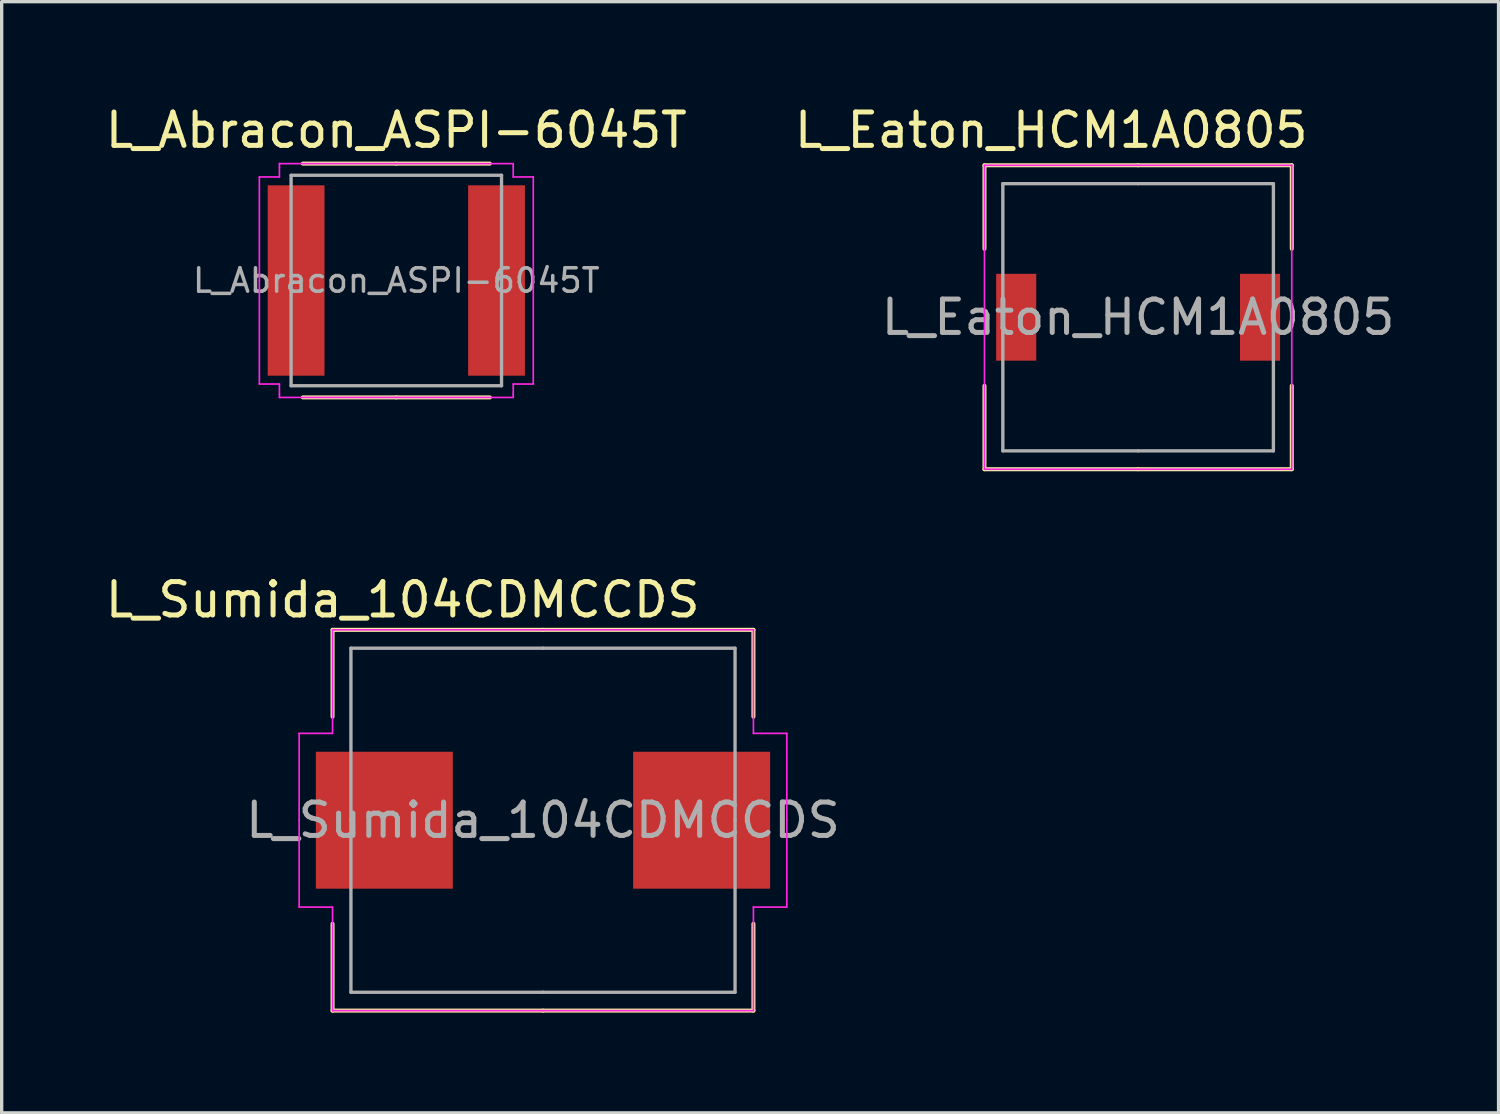
<source format=kicad_pcb>
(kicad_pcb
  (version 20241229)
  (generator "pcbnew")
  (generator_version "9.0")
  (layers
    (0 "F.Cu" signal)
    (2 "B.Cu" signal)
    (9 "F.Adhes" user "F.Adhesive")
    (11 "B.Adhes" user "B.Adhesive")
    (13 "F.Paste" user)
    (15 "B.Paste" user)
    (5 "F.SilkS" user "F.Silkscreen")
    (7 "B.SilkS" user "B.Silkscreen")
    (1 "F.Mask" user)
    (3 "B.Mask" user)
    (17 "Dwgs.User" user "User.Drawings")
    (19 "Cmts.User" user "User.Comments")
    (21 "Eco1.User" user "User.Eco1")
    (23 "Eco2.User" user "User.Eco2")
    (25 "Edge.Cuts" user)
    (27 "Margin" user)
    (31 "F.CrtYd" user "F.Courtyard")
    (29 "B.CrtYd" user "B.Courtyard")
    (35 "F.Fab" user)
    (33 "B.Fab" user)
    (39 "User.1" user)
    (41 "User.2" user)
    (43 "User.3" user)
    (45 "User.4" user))
  (footprint "L_Eaton_HCM1A0805"
    (layer "F.Cu")
    (at 31.023 6.448)
    (property "Reference" "L_Eaton_HCM1A0805" (at -2.6 -5.6 0) (unlocked yes) (layer "F.SilkS") (effects (font (size 1 1) (thickness 0.15))))
    (attr smd)
    (fp_line (start -4.6 -4.55) (end -4.6 -2.05) (stroke (width 0.12) (type default)) (layer "F.SilkS"))
    (fp_line (start -4.6 4.55) (end -4.6 2.05) (stroke (width 0.12) (type default)) (layer "F.SilkS"))
    (fp_line (start 0 -4.55) (end -4.6 -4.55) (stroke (width 0.12) (type default)) (layer "F.SilkS"))
    (fp_line (start 0 -4.55) (end 4.6 -4.55) (stroke (width 0.12) (type default)) (layer "F.SilkS"))
    (fp_line (start 0 4.55) (end -4.6 4.55) (stroke (width 0.12) (type default)) (layer "F.SilkS"))
    (fp_line (start 0 4.55) (end 4.6 4.55) (stroke (width 0.12) (type default)) (layer "F.SilkS"))
    (fp_line (start 4.6 -4.55) (end 4.6 -2.05) (stroke (width 0.12) (type default)) (layer "F.SilkS"))
    (fp_line (start 4.6 4.55) (end 4.6 2.05) (stroke (width 0.12) (type default)) (layer "F.SilkS"))
    (fp_line (start -4.6 -4.55) (end -4.6 0) (stroke (width 0.05) (type default)) (layer "F.CrtYd"))
    (fp_line (start -4.6 -4.55) (end 0 -4.55) (stroke (width 0.05) (type default)) (layer "F.CrtYd"))
    (fp_line (start -4.6 4.55) (end -4.6 0) (stroke (width 0.05) (type default)) (layer "F.CrtYd"))
    (fp_line (start -4.6 4.55) (end 0 4.55) (stroke (width 0.05) (type default)) (layer "F.CrtYd"))
    (fp_line (start 4.6 -4.55) (end 0 -4.55) (stroke (width 0.05) (type default)) (layer "F.CrtYd"))
    (fp_line (start 4.6 -4.55) (end 4.6 0) (stroke (width 0.05) (type default)) (layer "F.CrtYd"))
    (fp_line (start 4.6 4.55) (end 0 4.55) (stroke (width 0.05) (type default)) (layer "F.CrtYd"))
    (fp_line (start 4.6 4.55) (end 4.6 0) (stroke (width 0.05) (type default)) (layer "F.CrtYd"))
    (fp_line (start -4.05 -4) (end 0 -4) (stroke (width 0.1) (type default)) (layer "F.Fab"))
    (fp_line (start -4.05 0) (end -4.05 -4) (stroke (width 0.1) (type default)) (layer "F.Fab"))
    (fp_line (start -4.05 0) (end -4.05 4) (stroke (width 0.1) (type default)) (layer "F.Fab"))
    (fp_line (start -4.05 4) (end 0 4) (stroke (width 0.1) (type default)) (layer "F.Fab"))
    (fp_line (start 4.05 -4) (end 0 -4) (stroke (width 0.1) (type default)) (layer "F.Fab"))
    (fp_line (start 4.05 0) (end 4.05 -4) (stroke (width 0.1) (type default)) (layer "F.Fab"))
    (fp_line (start 4.05 0) (end 4.05 4) (stroke (width 0.1) (type default)) (layer "F.Fab"))
    (fp_line (start 4.05 4) (end 0 4) (stroke (width 0.1) (type default)) (layer "F.Fab"))
    (fp_text user "${REFERENCE}" (at 0 0 0) (unlocked yes) (layer "F.Fab") (effects (font (size 1 1) (thickness 0.15))))
    (pad "1" smd rect (at -3.65 0) (size 1.2 2.6) (layers "F.Cu" "F.Mask" "F.Paste"))
    (pad "2" smd rect (at 3.65 0) (size 1.2 2.6) (layers "F.Cu" "F.Mask" "F.Paste")))
  (footprint "L_Sumida_104CDMCCDS"
    (layer "F.Cu")
    (at 13.206 21.506)
    (property "Reference" "L_Sumida_104CDMCCDS" (at -4.2 -6.6 0) (unlocked yes) (layer "F.SilkS") (effects (font (size 1 1) (thickness 0.15))))
    (attr smd)
    (fp_line (start -6.3 -5.7) (end -6.3 -3.1) (stroke (width 0.12) (type default)) (layer "F.SilkS"))
    (fp_line (start -6.3 -5.7) (end 0 -5.7) (stroke (width 0.12) (type default)) (layer "F.SilkS"))
    (fp_line (start -6.3 5.7) (end -6.3 3.1) (stroke (width 0.12) (type default)) (layer "F.SilkS"))
    (fp_line (start -6.3 5.7) (end 0 5.7) (stroke (width 0.12) (type default)) (layer "F.SilkS"))
    (fp_line (start 6.3 -5.7) (end 0 -5.7) (stroke (width 0.12) (type default)) (layer "F.SilkS"))
    (fp_line (start 6.3 -5.7) (end 6.3 -3.1) (stroke (width 0.12) (type default)) (layer "F.SilkS"))
    (fp_line (start 6.3 5.7) (end 0 5.7) (stroke (width 0.12) (type default)) (layer "F.SilkS"))
    (fp_line (start 6.3 5.7) (end 6.3 3.1) (stroke (width 0.12) (type default)) (layer "F.SilkS"))
    (fp_line (start -7.3 -2.6) (end -7.3 0) (stroke (width 0.05) (type default)) (layer "F.CrtYd"))
    (fp_line (start -7.3 2.6) (end -7.3 0) (stroke (width 0.05) (type default)) (layer "F.CrtYd"))
    (fp_line (start -6.3 -5.7) (end -6.3 -2.6) (stroke (width 0.05) (type default)) (layer "F.CrtYd"))
    (fp_line (start -6.3 -5.7) (end 0 -5.7) (stroke (width 0.05) (type default)) (layer "F.CrtYd"))
    (fp_line (start -6.3 -2.6) (end -7.3 -2.6) (stroke (width 0.05) (type default)) (layer "F.CrtYd"))
    (fp_line (start -6.3 2.6) (end -7.3 2.6) (stroke (width 0.05) (type default)) (layer "F.CrtYd"))
    (fp_line (start -6.3 5.7) (end -6.3 2.6) (stroke (width 0.05) (type default)) (layer "F.CrtYd"))
    (fp_line (start -6.3 5.7) (end 0 5.7) (stroke (width 0.05) (type default)) (layer "F.CrtYd"))
    (fp_line (start 6.3 -5.7) (end 0 -5.7) (stroke (width 0.05) (type default)) (layer "F.CrtYd"))
    (fp_line (start 6.3 -5.7) (end 6.3 -2.6) (stroke (width 0.05) (type default)) (layer "F.CrtYd"))
    (fp_line (start 6.3 -2.6) (end 7.3 -2.6) (stroke (width 0.05) (type default)) (layer "F.CrtYd"))
    (fp_line (start 6.3 2.6) (end 7.3 2.6) (stroke (width 0.05) (type default)) (layer "F.CrtYd"))
    (fp_line (start 6.3 5.7) (end 0 5.7) (stroke (width 0.05) (type default)) (layer "F.CrtYd"))
    (fp_line (start 6.3 5.7) (end 6.3 2.6) (stroke (width 0.05) (type default)) (layer "F.CrtYd"))
    (fp_line (start 7.3 -2.6) (end 7.3 0) (stroke (width 0.05) (type default)) (layer "F.CrtYd"))
    (fp_line (start 7.3 2.6) (end 7.3 0) (stroke (width 0.05) (type default)) (layer "F.CrtYd"))
    (fp_line (start -5.75 -5.15) (end -5.75 0) (stroke (width 0.1) (type default)) (layer "F.Fab"))
    (fp_line (start -5.75 -5.15) (end 0 -5.15) (stroke (width 0.1) (type default)) (layer "F.Fab"))
    (fp_line (start -5.75 5.15) (end -5.75 0) (stroke (width 0.1) (type default)) (layer "F.Fab"))
    (fp_line (start -5.75 5.15) (end 0 5.15) (stroke (width 0.1) (type default)) (layer "F.Fab"))
    (fp_line (start 5.75 -5.15) (end 0 -5.15) (stroke (width 0.1) (type default)) (layer "F.Fab"))
    (fp_line (start 5.75 -5.15) (end 5.75 0) (stroke (width 0.1) (type default)) (layer "F.Fab"))
    (fp_line (start 5.75 5.15) (end 0 5.15) (stroke (width 0.1) (type default)) (layer "F.Fab"))
    (fp_line (start 5.75 5.15) (end 5.75 0) (stroke (width 0.1) (type default)) (layer "F.Fab"))
    (fp_text user "${REFERENCE}" (at 0 0 0) (unlocked yes) (layer "F.Fab") (effects (font (size 1 1) (thickness 0.15))))
    (pad "1" smd rect (at -4.75 0) (size 4.1 4.1) (layers "F.Cu" "F.Mask" "F.Paste"))
    (pad "2" smd rect (at 4.75 0) (size 4.1 4.1) (layers "F.Cu" "F.Mask" "F.Paste")))
  (footprint "L_Abracon_ASPI-6045T"
    (layer "F.Cu")
    (at 8.815 5.348)
    (property "Reference" "L_Abracon_ASPI-6045T" (at 0 -4.5 0) (unlocked yes) (layer "F.SilkS") (effects (font (size 1 1) (thickness 0.15))))
    (attr smd)
    (fp_line (start -2.8 -3.5) (end 0 -3.5) (stroke (width 0.12) (type solid)) (layer "F.SilkS"))
    (fp_line (start -2.8 3.5) (end 0 3.5) (stroke (width 0.12) (type solid)) (layer "F.SilkS"))
    (fp_line (start 2.8 -3.5) (end 0 -3.5) (stroke (width 0.12) (type solid)) (layer "F.SilkS"))
    (fp_line (start 2.8 3.5) (end 0 3.5) (stroke (width 0.12) (type solid)) (layer "F.SilkS"))
    (fp_line (start -4.1 -3.1) (end -4.1 0) (stroke (width 0.05) (type default)) (layer "F.CrtYd"))
    (fp_line (start -4.1 -3.1) (end -3.5 -3.1) (stroke (width 0.05) (type default)) (layer "F.CrtYd"))
    (fp_line (start -4.1 3.1) (end -4.1 0) (stroke (width 0.05) (type default)) (layer "F.CrtYd"))
    (fp_line (start -4.1 3.1) (end -3.5 3.1) (stroke (width 0.05) (type default)) (layer "F.CrtYd"))
    (fp_line (start -3.5 -3.5) (end 0 -3.5) (stroke (width 0.05) (type default)) (layer "F.CrtYd"))
    (fp_line (start -3.5 -3.4) (end -3.5 -3.5) (stroke (width 0.05) (type default)) (layer "F.CrtYd"))
    (fp_line (start -3.5 -3.1) (end -3.5 -3.4) (stroke (width 0.05) (type default)) (layer "F.CrtYd"))
    (fp_line (start -3.5 3.1) (end -3.5 3.4) (stroke (width 0.05) (type default)) (layer "F.CrtYd"))
    (fp_line (start -3.5 3.4) (end -3.5 3.5) (stroke (width 0.05) (type default)) (layer "F.CrtYd"))
    (fp_line (start -3.5 3.5) (end 0 3.5) (stroke (width 0.05) (type default)) (layer "F.CrtYd"))
    (fp_line (start 3.5 -3.5) (end 0 -3.5) (stroke (width 0.05) (type default)) (layer "F.CrtYd"))
    (fp_line (start 3.5 -3.4) (end 3.5 -3.5) (stroke (width 0.05) (type default)) (layer "F.CrtYd"))
    (fp_line (start 3.5 -3.1) (end 3.5 -3.4) (stroke (width 0.05) (type default)) (layer "F.CrtYd"))
    (fp_line (start 3.5 3.1) (end 3.5 3.4) (stroke (width 0.05) (type default)) (layer "F.CrtYd"))
    (fp_line (start 3.5 3.4) (end 3.5 3.5) (stroke (width 0.05) (type default)) (layer "F.CrtYd"))
    (fp_line (start 3.5 3.5) (end 0 3.5) (stroke (width 0.05) (type default)) (layer "F.CrtYd"))
    (fp_line (start 4.1 -3.1) (end 3.5 -3.1) (stroke (width 0.05) (type default)) (layer "F.CrtYd"))
    (fp_line (start 4.1 -3.1) (end 4.1 0) (stroke (width 0.05) (type default)) (layer "F.CrtYd"))
    (fp_line (start 4.1 3.1) (end 3.5 3.1) (stroke (width 0.05) (type default)) (layer "F.CrtYd"))
    (fp_line (start 4.1 3.1) (end 4.1 0) (stroke (width 0.05) (type default)) (layer "F.CrtYd"))
    (fp_line (start -3.15 -3.15) (end -3.15 3.15) (stroke (width 0.1) (type default)) (layer "F.Fab"))
    (fp_line (start -3.15 -3.15) (end 3.15 -3.15) (stroke (width 0.1) (type default)) (layer "F.Fab"))
    (fp_line (start -3.15 3.15) (end 3.15 3.15) (stroke (width 0.1) (type default)) (layer "F.Fab"))
    (fp_line (start 3.15 -3.15) (end 3.15 3.15) (stroke (width 0.1) (type default)) (layer "F.Fab"))
    (fp_text user "${REFERENCE}" (at 0 0 0) (layer "F.Fab") (effects (font (size 0.7 0.7) (thickness 0.105))))
    (pad "1" smd rect (at -3 0) (size 1.7 5.7) (layers "F.Cu" "F.Mask" "F.Paste"))
    (pad "2" smd rect (at 3 0) (size 1.7 5.7) (layers "F.Cu" "F.Mask" "F.Paste")))
  (gr_rect
    (start -3 -3)
    (end 41.814 30.267)
    (stroke (width 0.1) (type default))
    (fill no)
    (layer "Edge.Cuts")))
</source>
